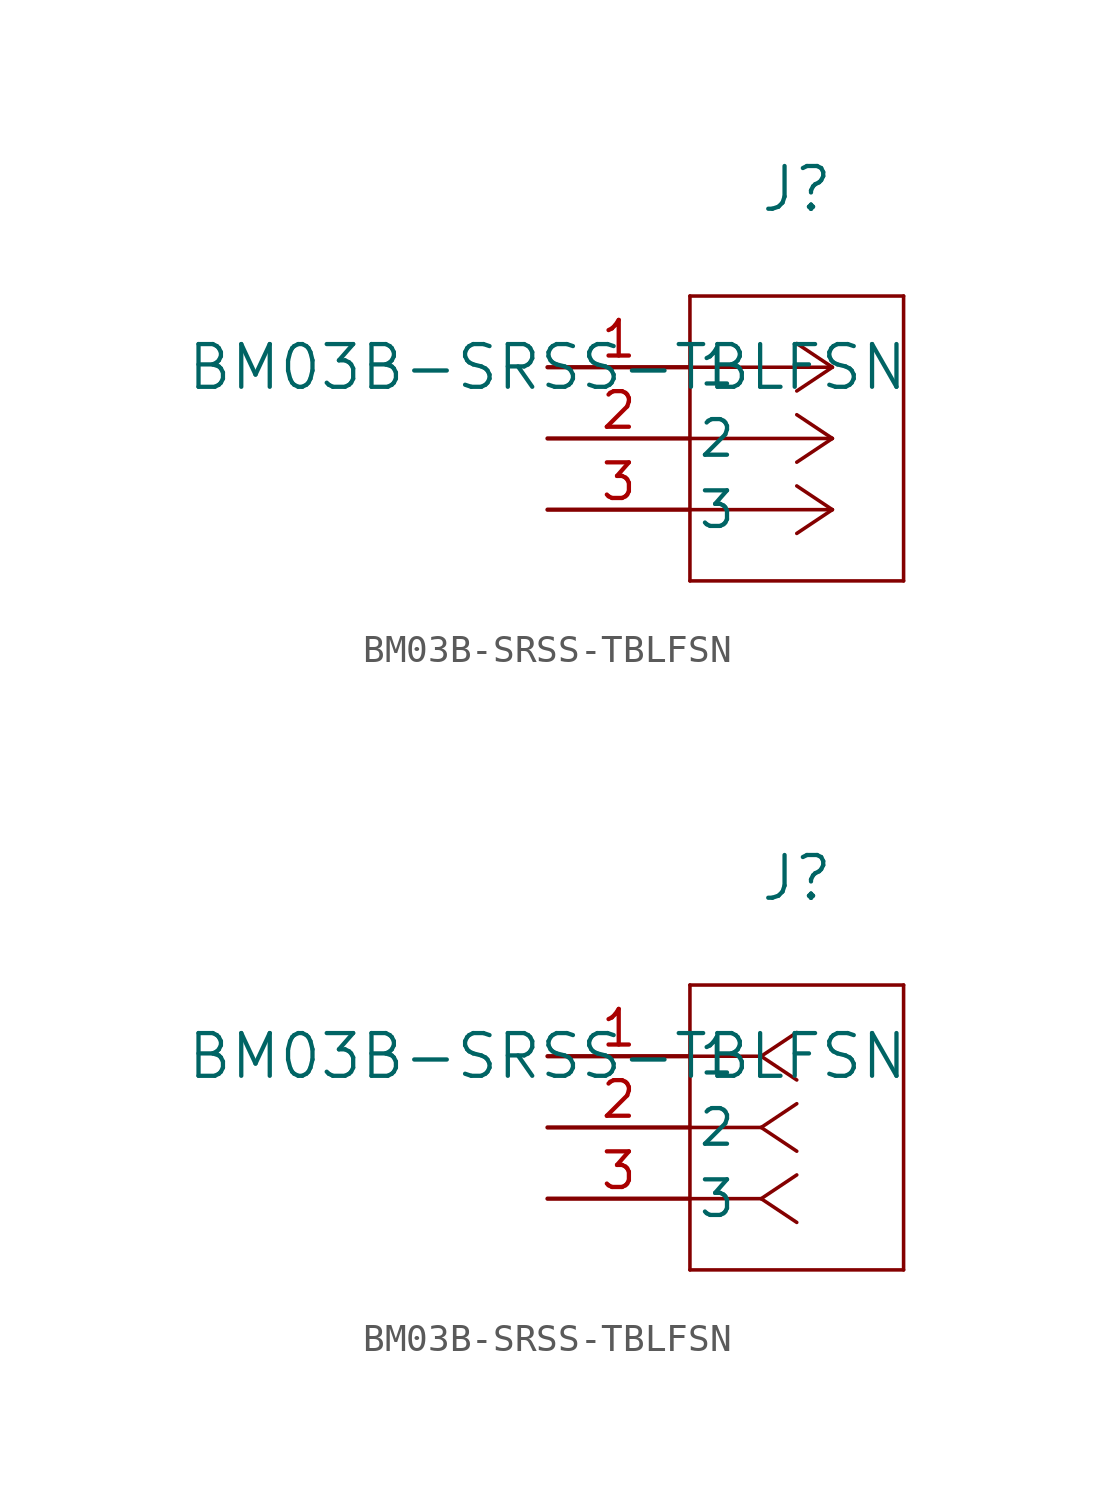
<source format=kicad_sym>
(kicad_symbol_lib
  (version 20211014)
  (generator kicad_symbol_editor)
  (symbol "BM03B-SRSS-TBLFSN"
    (pin_names
      (offset 0.254))
    (property "Reference" "J"
      (at 8.89 6.35 0)
      (effects (font (size 1.524 1.524))))
    (property "Value" "BM03B-SRSS-TBLFSN"
      (at 0 0 0)
      (effects (font (size 1.524 1.524))))
    (symbol "BM03B-SRSS-TBLFSN_1_1"
      (polyline (pts (xy 10.16 0) (xy 5.08 0)) (stroke (width 0.127) (type default) (color 0 0 0 0)) (fill (type none)))
      (polyline (pts (xy 10.16 -2.54) (xy 5.08 -2.54)) (stroke (width 0.127) (type default) (color 0 0 0 0)) (fill (type none)))
      (polyline (pts (xy 10.16 -5.08) (xy 5.08 -5.08)) (stroke (width 0.127) (type default) (color 0 0 0 0)) (fill (type none)))
      (polyline (pts (xy 10.16 0) (xy 8.89 0.847)) (stroke (width 0.127) (type default) (color 0 0 0 0)) (fill (type none)))
      (polyline (pts (xy 10.16 -2.54) (xy 8.89 -1.693)) (stroke (width 0.127) (type default) (color 0 0 0 0)) (fill (type none)))
      (polyline (pts (xy 10.16 -5.08) (xy 8.89 -4.233)) (stroke (width 0.127) (type default) (color 0 0 0 0)) (fill (type none)))
      (polyline (pts (xy 10.16 0) (xy 8.89 -0.847)) (stroke (width 0.127) (type default) (color 0 0 0 0)) (fill (type none)))
      (polyline (pts (xy 10.16 -2.54) (xy 8.89 -3.387)) (stroke (width 0.127) (type default) (color 0 0 0 0)) (fill (type none)))
      (polyline (pts (xy 10.16 -5.08) (xy 8.89 -5.927)) (stroke (width 0.127) (type default) (color 0 0 0 0)) (fill (type none)))
      (polyline (pts (xy 5.08 2.54) (xy 5.08 -7.62)) (stroke (width 0.127) (type default) (color 0 0 0 0)) (fill (type none)))
      (polyline (pts (xy 5.08 -7.62) (xy 12.7 -7.62)) (stroke (width 0.127) (type default) (color 0 0 0 0)) (fill (type none)))
      (polyline (pts (xy 12.7 -7.62) (xy 12.7 2.54)) (stroke (width 0.127) (type default) (color 0 0 0 0)) (fill (type none)))
      (polyline (pts (xy 12.7 2.54) (xy 5.08 2.54)) (stroke (width 0.127) (type default) (color 0 0 0 0)) (fill (type none)))
      (pin unspecified line (at 0 0 0) (length 5.08) (name "1" (effects (font (size 1.27 1.27)))) (number "1" (effects (font (size 1.27 1.27)))))
      (pin unspecified line (at 0 -2.54 0) (length 5.08) (name "2" (effects (font (size 1.27 1.27)))) (number "2" (effects (font (size 1.27 1.27)))))
      (pin unspecified line (at 0 -5.08 0) (length 5.08) (name "3" (effects (font (size 1.27 1.27)))) (number "3" (effects (font (size 1.27 1.27))))))
    (symbol "BM03B-SRSS-TBLFSN_1_2"
      (polyline (pts (xy 7.62 0) (xy 5.08 0)) (stroke (width 0.127) (type default) (color 0 0 0 0)) (fill (type none)))
      (polyline (pts (xy 7.62 -2.54) (xy 5.08 -2.54)) (stroke (width 0.127) (type default) (color 0 0 0 0)) (fill (type none)))
      (polyline (pts (xy 7.62 -5.08) (xy 5.08 -5.08)) (stroke (width 0.127) (type default) (color 0 0 0 0)) (fill (type none)))
      (polyline (pts (xy 7.62 0) (xy 8.89 0.847)) (stroke (width 0.127) (type default) (color 0 0 0 0)) (fill (type none)))
      (polyline (pts (xy 7.62 -2.54) (xy 8.89 -1.693)) (stroke (width 0.127) (type default) (color 0 0 0 0)) (fill (type none)))
      (polyline (pts (xy 7.62 -5.08) (xy 8.89 -4.233)) (stroke (width 0.127) (type default) (color 0 0 0 0)) (fill (type none)))
      (polyline (pts (xy 7.62 0) (xy 8.89 -0.847)) (stroke (width 0.127) (type default) (color 0 0 0 0)) (fill (type none)))
      (polyline (pts (xy 7.62 -2.54) (xy 8.89 -3.387)) (stroke (width 0.127) (type default) (color 0 0 0 0)) (fill (type none)))
      (polyline (pts (xy 7.62 -5.08) (xy 8.89 -5.927)) (stroke (width 0.127) (type default) (color 0 0 0 0)) (fill (type none)))
      (polyline (pts (xy 5.08 2.54) (xy 5.08 -7.62)) (stroke (width 0.127) (type default) (color 0 0 0 0)) (fill (type none)))
      (polyline (pts (xy 5.08 -7.62) (xy 12.7 -7.62)) (stroke (width 0.127) (type default) (color 0 0 0 0)) (fill (type none)))
      (polyline (pts (xy 12.7 -7.62) (xy 12.7 2.54)) (stroke (width 0.127) (type default) (color 0 0 0 0)) (fill (type none)))
      (polyline (pts (xy 12.7 2.54) (xy 5.08 2.54)) (stroke (width 0.127) (type default) (color 0 0 0 0)) (fill (type none)))
      (pin unspecified line (at 0 0 0) (length 5.08) (name "1" (effects (font (size 1.27 1.27)))) (number "1" (effects (font (size 1.27 1.27)))))
      (pin unspecified line (at 0 -2.54 0) (length 5.08) (name "2" (effects (font (size 1.27 1.27)))) (number "2" (effects (font (size 1.27 1.27)))))
      (pin unspecified line (at 0 -5.08 0) (length 5.08) (name "3" (effects (font (size 1.27 1.27)))) (number "3" (effects (font (size 1.27 1.27))))))))
</source>
